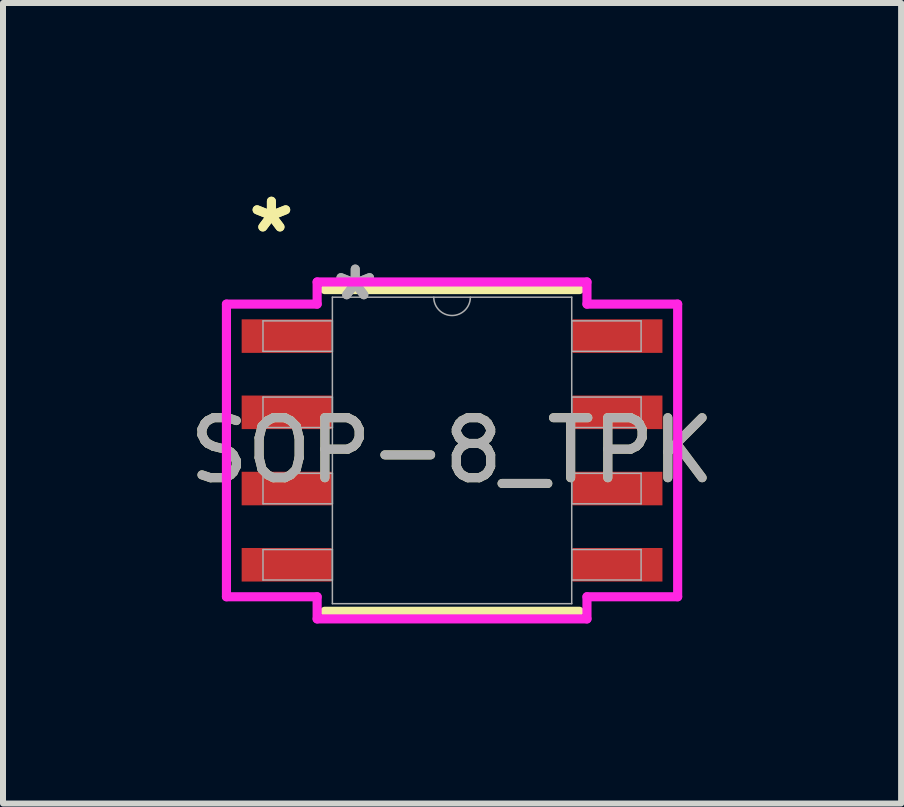
<source format=kicad_pcb>
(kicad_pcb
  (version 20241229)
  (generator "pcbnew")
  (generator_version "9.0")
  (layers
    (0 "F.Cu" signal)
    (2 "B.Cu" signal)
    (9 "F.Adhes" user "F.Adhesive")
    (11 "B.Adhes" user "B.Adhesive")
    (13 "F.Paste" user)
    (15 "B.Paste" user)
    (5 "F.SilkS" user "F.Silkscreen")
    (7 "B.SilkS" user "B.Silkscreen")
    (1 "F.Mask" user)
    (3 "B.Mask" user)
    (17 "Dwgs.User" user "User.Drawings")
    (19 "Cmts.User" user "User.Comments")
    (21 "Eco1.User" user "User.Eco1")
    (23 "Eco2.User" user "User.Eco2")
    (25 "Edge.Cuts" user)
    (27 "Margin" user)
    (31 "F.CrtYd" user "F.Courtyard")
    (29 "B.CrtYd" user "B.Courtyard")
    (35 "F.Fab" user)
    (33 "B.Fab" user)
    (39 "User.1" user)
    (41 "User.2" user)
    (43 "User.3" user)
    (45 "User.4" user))
  (footprint "SOP-8_TPK"
    (layer "F.Cu")
    (at 4.482 4.455)
    (property "Reference" "SOP-8_TPK" (at 0 0 0) (unlocked yes) (layer "F.SilkS") (effects (font (size 1 1) (thickness 0.15))))
    (attr smd)
    (fp_line (start -2.121 2.68) (end 2.121 2.68) (stroke (width 0.152) (type solid)) (layer "F.SilkS"))
    (fp_line (start 2.121 -2.68) (end -2.121 -2.68) (stroke (width 0.152) (type solid)) (layer "F.SilkS"))
    (fp_line (start -3.759 -2.438) (end -2.248 -2.438) (stroke (width 0.152) (type solid)) (layer "F.CrtYd"))
    (fp_line (start -3.759 2.438) (end -3.759 -2.438) (stroke (width 0.152) (type solid)) (layer "F.CrtYd"))
    (fp_line (start -3.759 2.438) (end -2.248 2.438) (stroke (width 0.152) (type solid)) (layer "F.CrtYd"))
    (fp_line (start -2.248 -2.807) (end 2.248 -2.807) (stroke (width 0.152) (type solid)) (layer "F.CrtYd"))
    (fp_line (start -2.248 -2.438) (end -2.248 -2.807) (stroke (width 0.152) (type solid)) (layer "F.CrtYd"))
    (fp_line (start -2.248 2.807) (end -2.248 2.438) (stroke (width 0.152) (type solid)) (layer "F.CrtYd"))
    (fp_line (start 2.248 -2.807) (end 2.248 -2.438) (stroke (width 0.152) (type solid)) (layer "F.CrtYd"))
    (fp_line (start 2.248 2.438) (end 2.248 2.807) (stroke (width 0.152) (type solid)) (layer "F.CrtYd"))
    (fp_line (start 2.248 2.807) (end -2.248 2.807) (stroke (width 0.152) (type solid)) (layer "F.CrtYd"))
    (fp_line (start 3.759 -2.438) (end 2.248 -2.438) (stroke (width 0.152) (type solid)) (layer "F.CrtYd"))
    (fp_line (start 3.759 -2.438) (end 3.759 2.438) (stroke (width 0.152) (type solid)) (layer "F.CrtYd"))
    (fp_line (start 3.759 2.438) (end 2.248 2.438) (stroke (width 0.152) (type solid)) (layer "F.CrtYd"))
    (fp_line (start -3.15 -2.159) (end -3.15 -1.651) (stroke (width 0.025) (type solid)) (layer "F.Fab"))
    (fp_line (start -3.15 -1.651) (end -1.994 -1.651) (stroke (width 0.025) (type solid)) (layer "F.Fab"))
    (fp_line (start -3.15 -0.889) (end -3.15 -0.381) (stroke (width 0.025) (type solid)) (layer "F.Fab"))
    (fp_line (start -3.15 -0.381) (end -1.994 -0.381) (stroke (width 0.025) (type solid)) (layer "F.Fab"))
    (fp_line (start -3.15 0.381) (end -3.15 0.889) (stroke (width 0.025) (type solid)) (layer "F.Fab"))
    (fp_line (start -3.15 0.889) (end -1.994 0.889) (stroke (width 0.025) (type solid)) (layer "F.Fab"))
    (fp_line (start -3.15 1.651) (end -3.15 2.159) (stroke (width 0.025) (type solid)) (layer "F.Fab"))
    (fp_line (start -3.15 2.159) (end -1.994 2.159) (stroke (width 0.025) (type solid)) (layer "F.Fab"))
    (fp_line (start -1.994 -2.553) (end -1.994 2.553) (stroke (width 0.025) (type solid)) (layer "F.Fab"))
    (fp_line (start -1.994 -2.159) (end -3.15 -2.159) (stroke (width 0.025) (type solid)) (layer "F.Fab"))
    (fp_line (start -1.994 -1.651) (end -1.994 -2.159) (stroke (width 0.025) (type solid)) (layer "F.Fab"))
    (fp_line (start -1.994 -0.889) (end -3.15 -0.889) (stroke (width 0.025) (type solid)) (layer "F.Fab"))
    (fp_line (start -1.994 -0.381) (end -1.994 -0.889) (stroke (width 0.025) (type solid)) (layer "F.Fab"))
    (fp_line (start -1.994 0.381) (end -3.15 0.381) (stroke (width 0.025) (type solid)) (layer "F.Fab"))
    (fp_line (start -1.994 0.889) (end -1.994 0.381) (stroke (width 0.025) (type solid)) (layer "F.Fab"))
    (fp_line (start -1.994 1.651) (end -3.15 1.651) (stroke (width 0.025) (type solid)) (layer "F.Fab"))
    (fp_line (start -1.994 2.159) (end -1.994 1.651) (stroke (width 0.025) (type solid)) (layer "F.Fab"))
    (fp_line (start -1.994 2.553) (end 1.994 2.553) (stroke (width 0.025) (type solid)) (layer "F.Fab"))
    (fp_line (start 1.994 -2.553) (end -1.994 -2.553) (stroke (width 0.025) (type solid)) (layer "F.Fab"))
    (fp_line (start 1.994 -2.159) (end 1.994 -1.651) (stroke (width 0.025) (type solid)) (layer "F.Fab"))
    (fp_line (start 1.994 -1.651) (end 3.15 -1.651) (stroke (width 0.025) (type solid)) (layer "F.Fab"))
    (fp_line (start 1.994 -0.889) (end 1.994 -0.381) (stroke (width 0.025) (type solid)) (layer "F.Fab"))
    (fp_line (start 1.994 -0.381) (end 3.15 -0.381) (stroke (width 0.025) (type solid)) (layer "F.Fab"))
    (fp_line (start 1.994 0.381) (end 1.994 0.889) (stroke (width 0.025) (type solid)) (layer "F.Fab"))
    (fp_line (start 1.994 0.889) (end 3.15 0.889) (stroke (width 0.025) (type solid)) (layer "F.Fab"))
    (fp_line (start 1.994 1.651) (end 1.994 2.159) (stroke (width 0.025) (type solid)) (layer "F.Fab"))
    (fp_line (start 1.994 2.159) (end 3.15 2.159) (stroke (width 0.025) (type solid)) (layer "F.Fab"))
    (fp_line (start 1.994 2.553) (end 1.994 -2.553) (stroke (width 0.025) (type solid)) (layer "F.Fab"))
    (fp_line (start 3.15 -2.159) (end 1.994 -2.159) (stroke (width 0.025) (type solid)) (layer "F.Fab"))
    (fp_line (start 3.15 -1.651) (end 3.15 -2.159) (stroke (width 0.025) (type solid)) (layer "F.Fab"))
    (fp_line (start 3.15 -0.889) (end 1.994 -0.889) (stroke (width 0.025) (type solid)) (layer "F.Fab"))
    (fp_line (start 3.15 -0.381) (end 3.15 -0.889) (stroke (width 0.025) (type solid)) (layer "F.Fab"))
    (fp_line (start 3.15 0.381) (end 1.994 0.381) (stroke (width 0.025) (type solid)) (layer "F.Fab"))
    (fp_line (start 3.15 0.889) (end 3.15 0.381) (stroke (width 0.025) (type solid)) (layer "F.Fab"))
    (fp_line (start 3.15 1.651) (end 1.994 1.651) (stroke (width 0.025) (type solid)) (layer "F.Fab"))
    (fp_line (start 3.15 2.159) (end 3.15 1.651) (stroke (width 0.025) (type solid)) (layer "F.Fab"))
    (fp_arc (start 0.3048 -2.5527) (mid 0 -2.2479) (end -0.3048 -2.5527) (stroke (width 0.0254) (type solid)) (layer "F.Fab"))
    (fp_text user "*" (at -3.01 -3.607 0) (layer "F.SilkS") (effects (font (size 1 1) (thickness 0.15))))
    (fp_text user "*" (at -3.01 -3.607 0) (unlocked yes) (layer "F.SilkS") (effects (font (size 1 1) (thickness 0.15))))
    (fp_text user "${REFERENCE}" (at 0 0 0) (unlocked yes) (layer "F.Fab") (effects (font (size 1 1) (thickness 0.15))))
    (fp_text user "*" (at -1.613 -2.477 0) (layer "F.Fab") (effects (font (size 1 1) (thickness 0.15))))
    (fp_text user "*" (at -1.613 -2.477 0) (unlocked yes) (layer "F.Fab") (effects (font (size 1 1) (thickness 0.15))))
    (pad "1" smd rect (at -2.756 -1.905) (size 1.499 0.559) (layers "F.Cu" "F.Mask" "F.Paste"))
    (pad "2" smd rect (at -2.756 -0.635) (size 1.499 0.559) (layers "F.Cu" "F.Mask" "F.Paste"))
    (pad "3" smd rect (at -2.756 0.635) (size 1.499 0.559) (layers "F.Cu" "F.Mask" "F.Paste"))
    (pad "4" smd rect (at -2.756 1.905) (size 1.499 0.559) (layers "F.Cu" "F.Mask" "F.Paste"))
    (pad "5" smd rect (at 2.756 1.905) (size 1.499 0.559) (layers "F.Cu" "F.Mask" "F.Paste"))
    (pad "6" smd rect (at 2.756 0.635) (size 1.499 0.559) (layers "F.Cu" "F.Mask" "F.Paste"))
    (pad "7" smd rect (at 2.756 -0.635) (size 1.499 0.559) (layers "F.Cu" "F.Mask" "F.Paste"))
    (pad "8" smd rect (at 2.756 -1.905) (size 1.499 0.559) (layers "F.Cu" "F.Mask" "F.Paste")))
  (gr_rect
    (start -3 -3)
    (end 11.964 10.338)
    (stroke (width 0.1) (type default))
    (fill no)
    (layer "Edge.Cuts")))
</source>
